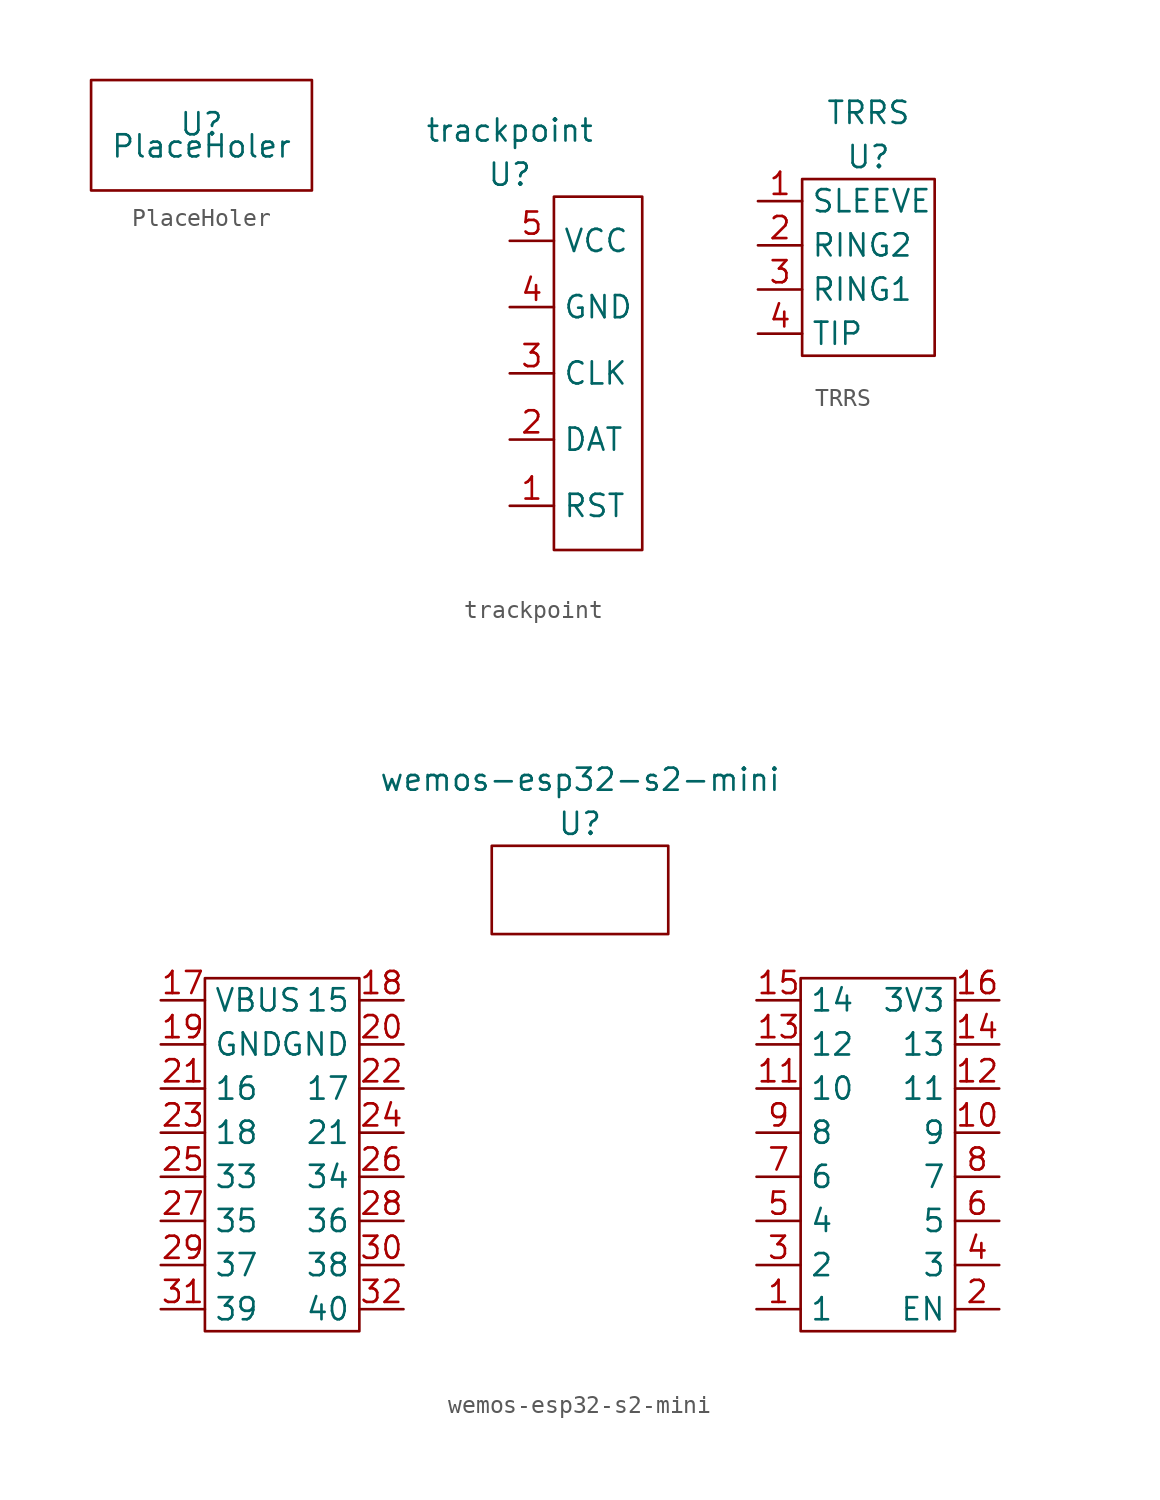
<source format=kicad_sym>
(kicad_symbol_lib
  (version 20211014)
  (generator kicad_symbol_editor)
  (symbol "PlaceHoler"
    (property "Reference" "U"
      (at 0 0 0)
      (effects (font (size 1.27 1.27))))
    (property "Value" "PlaceHoler"
      (at 0 -1.27 0)
      (effects (font (size 1.27 1.27))))
    (symbol "PlaceHoler_0_1"
      (rectangle (start -6.35 2.54) (end 6.35 -3.81) (stroke (width 0) (type default) (color 0 0 0 0)) (fill (type none)))))
  (symbol "trackpoint"
    (property "Reference" "U"
      (at 0 1.27 0)
      (effects (font (size 1.27 1.27))))
    (property "Value" "trackpoint"
      (at 0 3.81 0)
      (effects (font (size 1.27 1.27))))
    (symbol "trackpoint_0_1"
      (rectangle (start 2.54 0) (end 7.62 -20.32) (stroke (width 0) (type default) (color 0 0 0 0)) (fill (type none))))
    (symbol "trackpoint_1_1"
      (pin passive line (at 0 -17.78 0) (length 2.54) (name "RST" (effects (font (size 1.27 1.27)))) (number "1" (effects (font (size 1.27 1.27)))))
      (pin passive line (at 0 -13.97 0) (length 2.54) (name "DAT" (effects (font (size 1.27 1.27)))) (number "2" (effects (font (size 1.27 1.27)))))
      (pin passive line (at 0 -10.16 0) (length 2.54) (name "CLK" (effects (font (size 1.27 1.27)))) (number "3" (effects (font (size 1.27 1.27)))))
      (pin passive line (at 0 -6.35 0) (length 2.54) (name "GND" (effects (font (size 1.27 1.27)))) (number "4" (effects (font (size 1.27 1.27)))))
      (pin passive line (at 0 -2.54 0) (length 2.54) (name "VCC" (effects (font (size 1.27 1.27)))) (number "5" (effects (font (size 1.27 1.27)))))))
  (symbol "TRRS"
    (property "Reference" "U"
      (at 0 6.35 0)
      (effects (font (size 1.27 1.27))))
    (property "Value" "TRRS"
      (at 0 8.89 0)
      (effects (font (size 1.27 1.27))))
    (symbol "TRRS_0_1"
      (rectangle (start -3.81 5.08) (end 3.81 -5.08) (stroke (width 0) (type default) (color 0 0 0 0)) (fill (type none))))
    (symbol "TRRS_1_1"
      (pin passive line (at -6.35 3.81 0) (length 2.54) (name "SLEEVE" (effects (font (size 1.27 1.27)))) (number "1" (effects (font (size 1.27 1.27)))))
      (pin passive line (at -6.35 1.27 0) (length 2.54) (name "RING2" (effects (font (size 1.27 1.27)))) (number "2" (effects (font (size 1.27 1.27)))))
      (pin passive line (at -6.35 -1.27 0) (length 2.54) (name "RING1" (effects (font (size 1.27 1.27)))) (number "3" (effects (font (size 1.27 1.27)))))
      (pin passive line (at -6.35 -3.81 0) (length 2.54) (name "TIP" (effects (font (size 1.27 1.27)))) (number "4" (effects (font (size 1.27 1.27)))))))
  (symbol "wemos-esp32-s2-mini"
    (property "Reference" "U"
      (at 0 6.35 0)
      (effects (font (size 1.27 1.27))))
    (property "Value" "wemos-esp32-s2-mini"
      (at 0 8.89 0)
      (effects (font (size 1.27 1.27))))
    (symbol "wemos-esp32-s2-mini_0_1"
      (rectangle (start -21.59 -2.54) (end -12.7 -22.86) (stroke (width 0) (type default) (color 0 0 0 0)) (fill (type none)))
      (rectangle (start -5.08 5.08) (end 5.08 0) (stroke (width 0) (type default) (color 0 0 0 0)) (fill (type none)))
      (rectangle (start 12.7 -2.54) (end 21.59 -22.86) (stroke (width 0) (type default) (color 0 0 0 0)) (fill (type none))))
    (symbol "wemos-esp32-s2-mini_1_1"
      (pin passive line (at 10.16 -21.59 0) (length 2.54) (name "1" (effects (font (size 1.27 1.27)))) (number "1" (effects (font (size 1.27 1.27)))))
      (pin passive line (at 24.13 -11.43 180) (length 2.54) (name "9" (effects (font (size 1.27 1.27)))) (number "10" (effects (font (size 1.27 1.27)))))
      (pin passive line (at 10.16 -8.89 0) (length 2.54) (name "10" (effects (font (size 1.27 1.27)))) (number "11" (effects (font (size 1.27 1.27)))))
      (pin passive line (at 24.13 -8.89 180) (length 2.54) (name "11" (effects (font (size 1.27 1.27)))) (number "12" (effects (font (size 1.27 1.27)))))
      (pin passive line (at 10.16 -6.35 0) (length 2.54) (name "12" (effects (font (size 1.27 1.27)))) (number "13" (effects (font (size 1.27 1.27)))))
      (pin passive line (at 24.13 -6.35 180) (length 2.54) (name "13" (effects (font (size 1.27 1.27)))) (number "14" (effects (font (size 1.27 1.27)))))
      (pin passive line (at 10.16 -3.81 0) (length 2.54) (name "14" (effects (font (size 1.27 1.27)))) (number "15" (effects (font (size 1.27 1.27)))))
      (pin passive line (at 24.13 -3.81 180) (length 2.54) (name "3V3" (effects (font (size 1.27 1.27)))) (number "16" (effects (font (size 1.27 1.27)))))
      (pin passive line (at -24.13 -3.81 0) (length 2.54) (name "VBUS" (effects (font (size 1.27 1.27)))) (number "17" (effects (font (size 1.27 1.27)))))
      (pin passive line (at -10.16 -3.81 180) (length 2.54) (name "15" (effects (font (size 1.27 1.27)))) (number "18" (effects (font (size 1.27 1.27)))))
      (pin passive line (at -24.13 -6.35 0) (length 2.54) (name "GND" (effects (font (size 1.27 1.27)))) (number "19" (effects (font (size 1.27 1.27)))))
      (pin passive line (at 24.13 -21.59 180) (length 2.54) (name "EN" (effects (font (size 1.27 1.27)))) (number "2" (effects (font (size 1.27 1.27)))))
      (pin passive line (at -10.16 -6.35 180) (length 2.54) (name "GND" (effects (font (size 1.27 1.27)))) (number "20" (effects (font (size 1.27 1.27)))))
      (pin passive line (at -24.13 -8.89 0) (length 2.54) (name "16" (effects (font (size 1.27 1.27)))) (number "21" (effects (font (size 1.27 1.27)))))
      (pin passive line (at -10.16 -8.89 180) (length 2.54) (name "17" (effects (font (size 1.27 1.27)))) (number "22" (effects (font (size 1.27 1.27)))))
      (pin passive line (at -24.13 -11.43 0) (length 2.54) (name "18" (effects (font (size 1.27 1.27)))) (number "23" (effects (font (size 1.27 1.27)))))
      (pin passive line (at -10.16 -11.43 180) (length 2.54) (name "21" (effects (font (size 1.27 1.27)))) (number "24" (effects (font (size 1.27 1.27)))))
      (pin passive line (at -24.13 -13.97 0) (length 2.54) (name "33" (effects (font (size 1.27 1.27)))) (number "25" (effects (font (size 1.27 1.27)))))
      (pin passive line (at -10.16 -13.97 180) (length 2.54) (name "34" (effects (font (size 1.27 1.27)))) (number "26" (effects (font (size 1.27 1.27)))))
      (pin passive line (at -24.13 -16.51 0) (length 2.54) (name "35" (effects (font (size 1.27 1.27)))) (number "27" (effects (font (size 1.27 1.27)))))
      (pin passive line (at -10.16 -16.51 180) (length 2.54) (name "36" (effects (font (size 1.27 1.27)))) (number "28" (effects (font (size 1.27 1.27)))))
      (pin passive line (at -24.13 -19.05 0) (length 2.54) (name "37" (effects (font (size 1.27 1.27)))) (number "29" (effects (font (size 1.27 1.27)))))
      (pin passive line (at 10.16 -19.05 0) (length 2.54) (name "2" (effects (font (size 1.27 1.27)))) (number "3" (effects (font (size 1.27 1.27)))))
      (pin passive line (at -10.16 -19.05 180) (length 2.54) (name "38" (effects (font (size 1.27 1.27)))) (number "30" (effects (font (size 1.27 1.27)))))
      (pin passive line (at -24.13 -21.59 0) (length 2.54) (name "39" (effects (font (size 1.27 1.27)))) (number "31" (effects (font (size 1.27 1.27)))))
      (pin passive line (at -10.16 -21.59 180) (length 2.54) (name "40" (effects (font (size 1.27 1.27)))) (number "32" (effects (font (size 1.27 1.27)))))
      (pin passive line (at 24.13 -19.05 180) (length 2.54) (name "3" (effects (font (size 1.27 1.27)))) (number "4" (effects (font (size 1.27 1.27)))))
      (pin passive line (at 10.16 -16.51 0) (length 2.54) (name "4" (effects (font (size 1.27 1.27)))) (number "5" (effects (font (size 1.27 1.27)))))
      (pin passive line (at 24.13 -16.51 180) (length 2.54) (name "5" (effects (font (size 1.27 1.27)))) (number "6" (effects (font (size 1.27 1.27)))))
      (pin passive line (at 10.16 -13.97 0) (length 2.54) (name "6" (effects (font (size 1.27 1.27)))) (number "7" (effects (font (size 1.27 1.27)))))
      (pin passive line (at 24.13 -13.97 180) (length 2.54) (name "7" (effects (font (size 1.27 1.27)))) (number "8" (effects (font (size 1.27 1.27)))))
      (pin passive line (at 10.16 -11.43 0) (length 2.54) (name "8" (effects (font (size 1.27 1.27)))) (number "9" (effects (font (size 1.27 1.27))))))))
</source>
